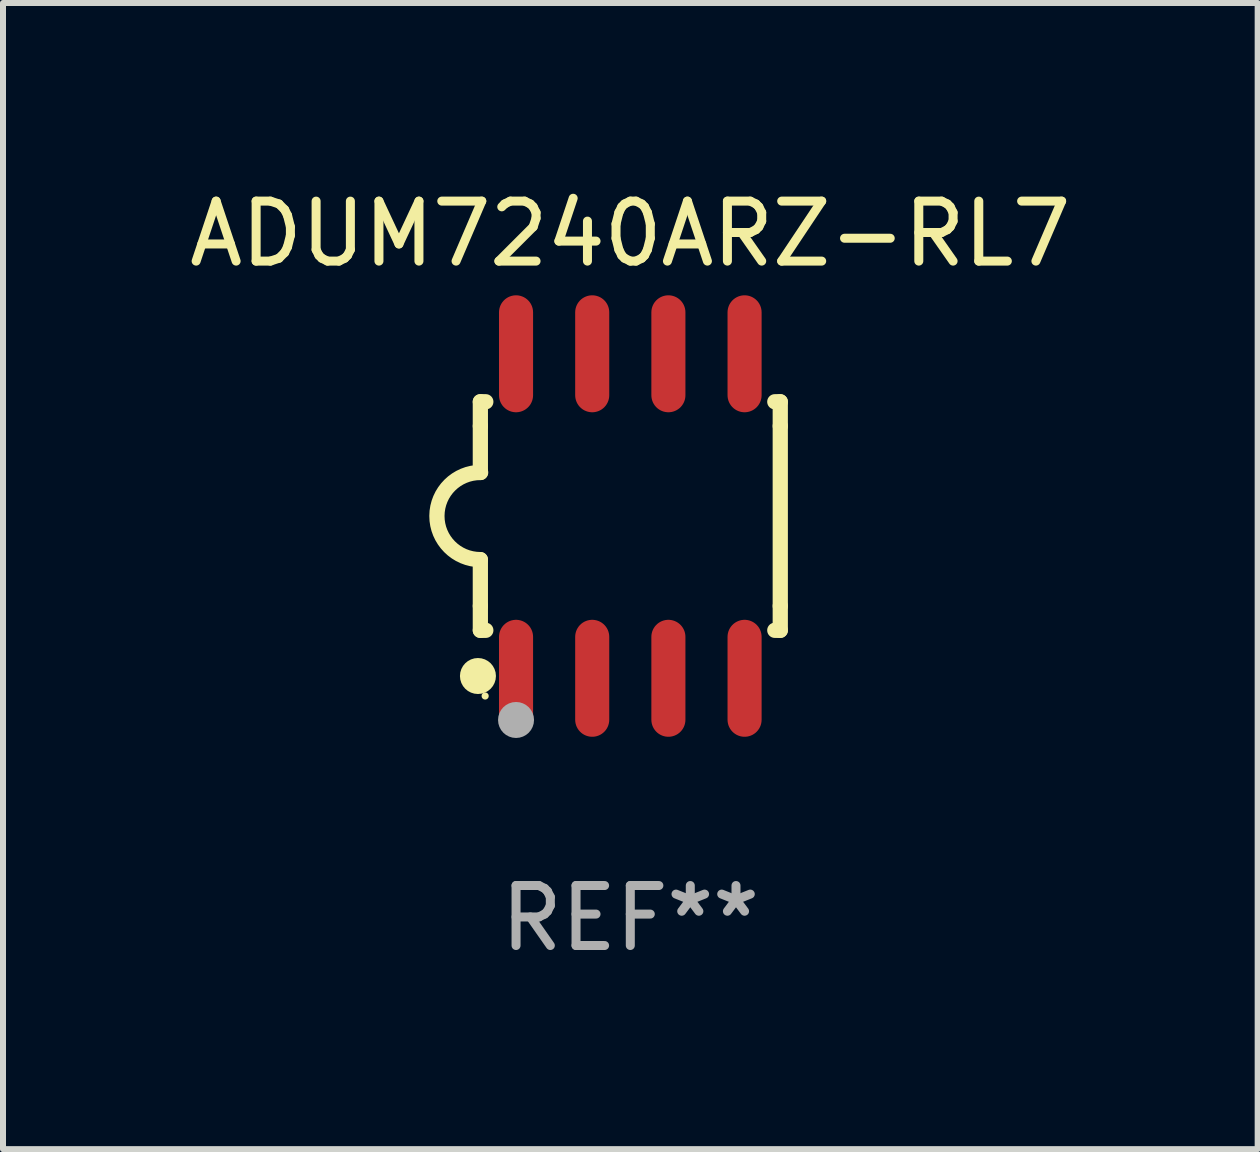
<source format=kicad_pcb>
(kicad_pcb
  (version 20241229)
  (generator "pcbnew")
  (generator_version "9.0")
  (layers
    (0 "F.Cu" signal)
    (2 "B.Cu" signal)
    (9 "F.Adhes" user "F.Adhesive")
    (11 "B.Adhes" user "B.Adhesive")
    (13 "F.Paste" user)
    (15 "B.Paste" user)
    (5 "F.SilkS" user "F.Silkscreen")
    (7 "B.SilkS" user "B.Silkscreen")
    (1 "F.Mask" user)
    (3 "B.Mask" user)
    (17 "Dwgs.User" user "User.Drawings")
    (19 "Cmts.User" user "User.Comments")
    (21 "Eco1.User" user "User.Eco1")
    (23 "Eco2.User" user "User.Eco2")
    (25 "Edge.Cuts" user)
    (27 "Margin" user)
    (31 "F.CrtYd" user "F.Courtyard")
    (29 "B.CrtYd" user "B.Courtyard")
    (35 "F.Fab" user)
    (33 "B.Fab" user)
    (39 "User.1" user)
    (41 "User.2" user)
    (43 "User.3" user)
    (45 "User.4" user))
  (footprint "ADUM7240ARZ-RL7"
    (layer "F.Cu")
    (at 7.458 5.553)
    (property "Reference" "ADUM7240ARZ-RL7" (at 0 -4.705 0) (layer "F.SilkS") (effects (font (size 1 1) (thickness 0.15))))
    (attr through_hole)
    (fp_line (start -2.5 -1.905) (end -2.409 -1.905) (stroke (width 0.254) (type solid)) (layer "F.SilkS"))
    (fp_line (start -2.5 -1.5) (end -2.5 -1.905) (stroke (width 0.254) (type solid)) (layer "F.SilkS"))
    (fp_line (start -2.5 -1.5) (end -2.5 -0.726) (stroke (width 0.254) (type solid)) (layer "F.SilkS"))
    (fp_line (start -2.5 1.5) (end -2.5 0.727) (stroke (width 0.254) (type solid)) (layer "F.SilkS"))
    (fp_line (start -2.5 1.5) (end -2.5 1.905) (stroke (width 0.254) (type solid)) (layer "F.SilkS"))
    (fp_line (start -2.5 1.905) (end -2.409 1.905) (stroke (width 0.254) (type solid)) (layer "F.SilkS"))
    (fp_line (start 2.5 -1.905) (end 2.409 -1.905) (stroke (width 0.254) (type solid)) (layer "F.SilkS"))
    (fp_line (start 2.5 -1.5) (end 2.5 -1.905) (stroke (width 0.254) (type solid)) (layer "F.SilkS"))
    (fp_line (start 2.5 -1.5) (end 2.5 1.5) (stroke (width 0.254) (type solid)) (layer "F.SilkS"))
    (fp_line (start 2.5 1.5) (end 2.5 1.905) (stroke (width 0.254) (type solid)) (layer "F.SilkS"))
    (fp_line (start 2.5 1.905) (end 2.409 1.905) (stroke (width 0.254) (type solid)) (layer "F.SilkS"))
    (fp_arc (start -2.5 0.726568) (mid -3.220316 -0.0023) (end -2.495097 -0.726289) (stroke (width 0.254001) (type solid)) (layer "F.SilkS"))
    (fp_circle (center -2.54 2.667) (end -2.39 2.667) (stroke (width 0.3) (type solid)) (fill no) (layer "F.SilkS"))
    (fp_circle (center -2.42 3) (end -2.39 3) (stroke (width 0.06) (type solid)) (fill no) (layer "F.SilkS"))
    (fp_circle (center -1.905 3.4) (end -1.755 3.4) (stroke (width 0.3) (type solid)) (fill no) (layer "F.Fab"))
    (fp_text user "REF**" (at 0 6.705 0) (layer "F.Fab") (effects (font (size 1 1) (thickness 0.15))))
    (pad "1" smd oval (at -1.905 2.705) (size 0.568 1.95) (layers "F.Cu" "F.Mask" "F.Paste"))
    (pad "2" smd oval (at -0.635 2.705) (size 0.568 1.95) (layers "F.Cu" "F.Mask" "F.Paste"))
    (pad "3" smd oval (at 0.635 2.705) (size 0.568 1.95) (layers "F.Cu" "F.Mask" "F.Paste"))
    (pad "4" smd oval (at 1.905 2.705) (size 0.568 1.95) (layers "F.Cu" "F.Mask" "F.Paste"))
    (pad "5" smd oval (at 1.905 -2.705) (size 0.568 1.95) (layers "F.Cu" "F.Mask" "F.Paste"))
    (pad "6" smd oval (at 0.635 -2.705) (size 0.568 1.95) (layers "F.Cu" "F.Mask" "F.Paste"))
    (pad "7" smd oval (at -0.635 -2.705) (size 0.568 1.95) (layers "F.Cu" "F.Mask" "F.Paste"))
    (pad "8" smd oval (at -1.905 -2.705) (size 0.568 1.95) (layers "F.Cu" "F.Mask" "F.Paste")))
  (gr_rect
    (start -3 -3)
    (end 17.917 16.107)
    (stroke (width 0.1) (type default))
    (fill no)
    (layer "Edge.Cuts")))
</source>
